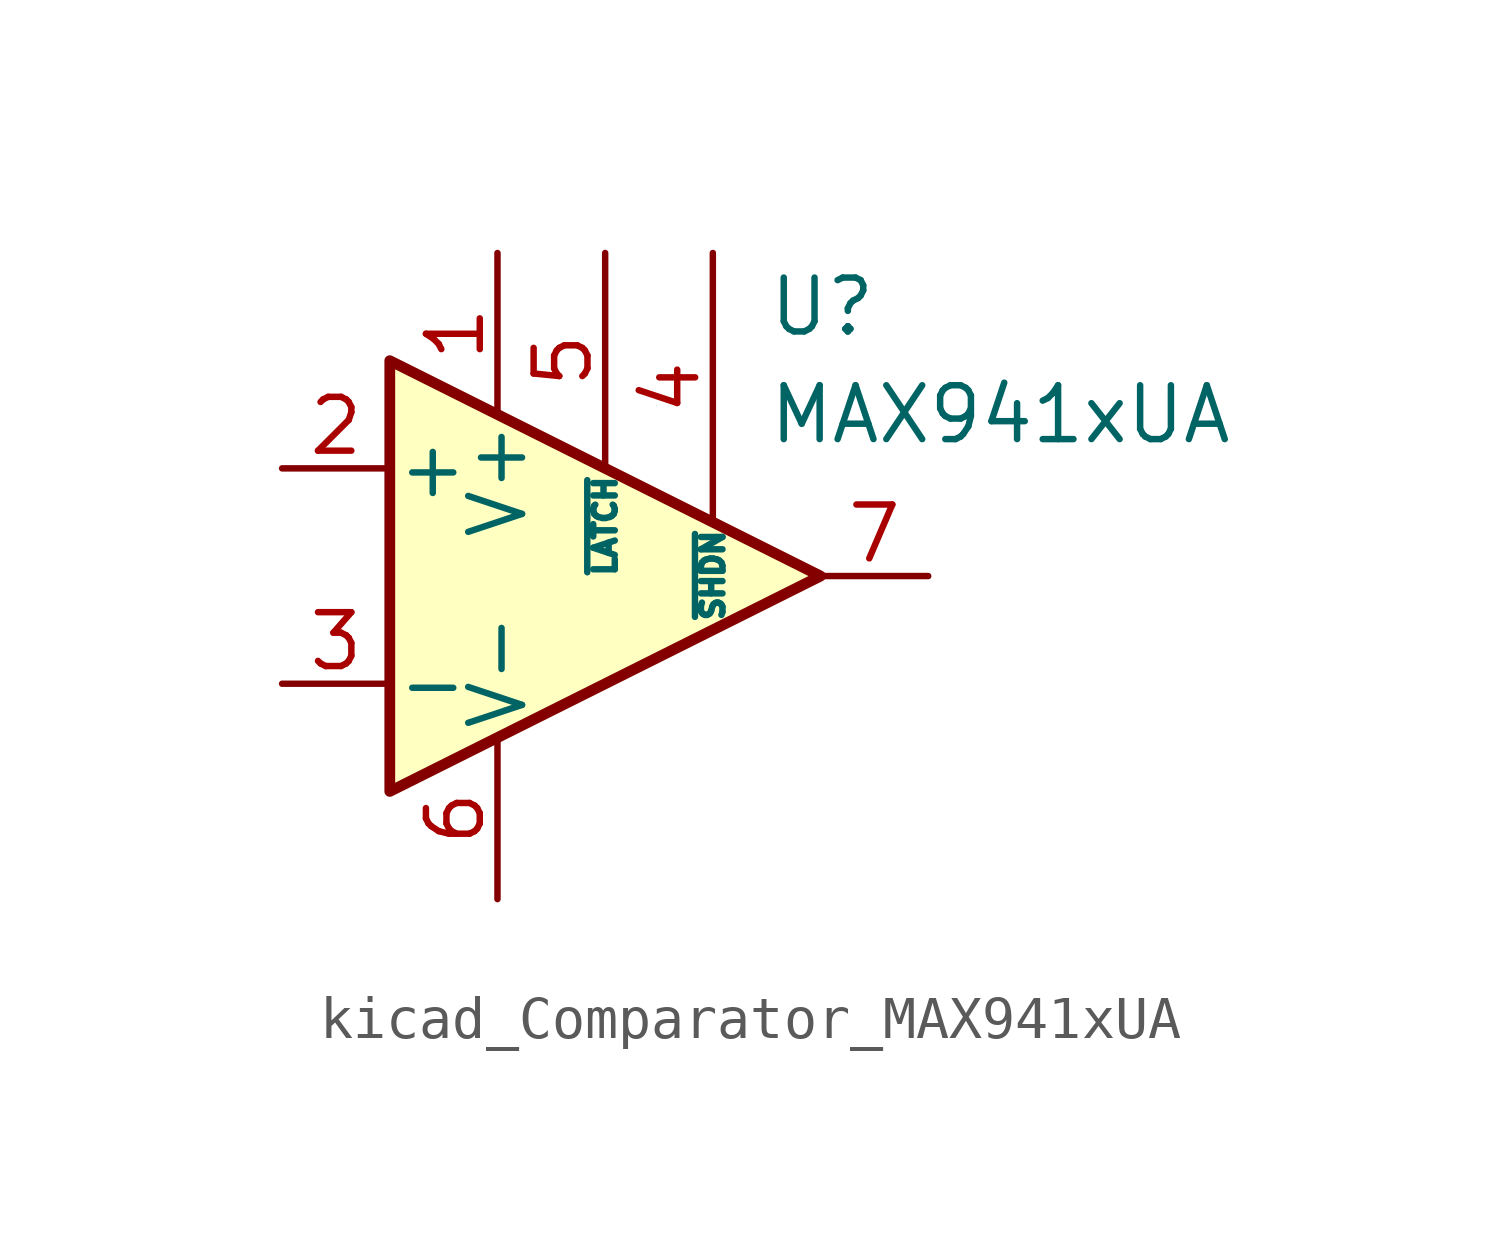
<source format=kicad_sym>
(kicad_symbol_lib
  (version 20220914)
  (generator kicad_symbol_editor)
  (symbol "kicad_Comparator_MAX941xUA"
    (pin_names
      (offset 0.127))
    (property "Reference" "U"
      (at 3.81 6.35 0)
      (effects (font (size 1.27 1.27)) (justify left)))
    (property "Value" "MAX941xUA"
      (at 3.81 3.81 0)
      (effects (font (size 1.27 1.27)) (justify left)))
    (symbol "kicad_Comparator_MAX941xUA_0_1"
      (polyline (pts (xy -5.08 5.08) (xy -5.08 -5.08) (xy 5.08 0) (xy -5.08 5.08)) (stroke (width 0.254) (type default)) (fill (type background))))
    (symbol "kicad_Comparator_MAX941xUA_1_1"
      (pin power_in line (at -2.54 7.62 270) (length 3.81) (name "V+" (effects (font (size 1.27 1.27)))) (number "1" (effects (font (size 1.27 1.27)))))
      (pin input line (at -7.62 2.54 0) (length 2.54) (name "+" (effects (font (size 1.27 1.27)))) (number "2" (effects (font (size 1.27 1.27)))))
      (pin input line (at -7.62 -2.54 0) (length 2.54) (name "-" (effects (font (size 1.27 1.27)))) (number "3" (effects (font (size 1.27 1.27)))))
      (pin input line (at 2.54 7.62 270) (length 6.35) (name "~{SHDN}" (effects (font (size 0.508 0.508)))) (number "4" (effects (font (size 1.27 1.27)))))
      (pin input line (at 0 7.62 270) (length 5.08) (name "~{LATCH}" (effects (font (size 0.508 0.508)))) (number "5" (effects (font (size 1.27 1.27)))))
      (pin power_in line (at -2.54 -7.62 90) (length 3.81) (name "V-" (effects (font (size 1.27 1.27)))) (number "6" (effects (font (size 1.27 1.27)))))
      (pin output line (at 7.62 0 180) (length 2.54) (name "~" (effects (font (size 1.27 1.27)))) (number "7" (effects (font (size 1.27 1.27)))))
      (pin no_connect line (at 0 -2.54 90) (length 2.54) hide (name "NC" (effects (font (size 0.508 0.508)))) (number "8" (effects (font (size 1.27 1.27))))))))
</source>
